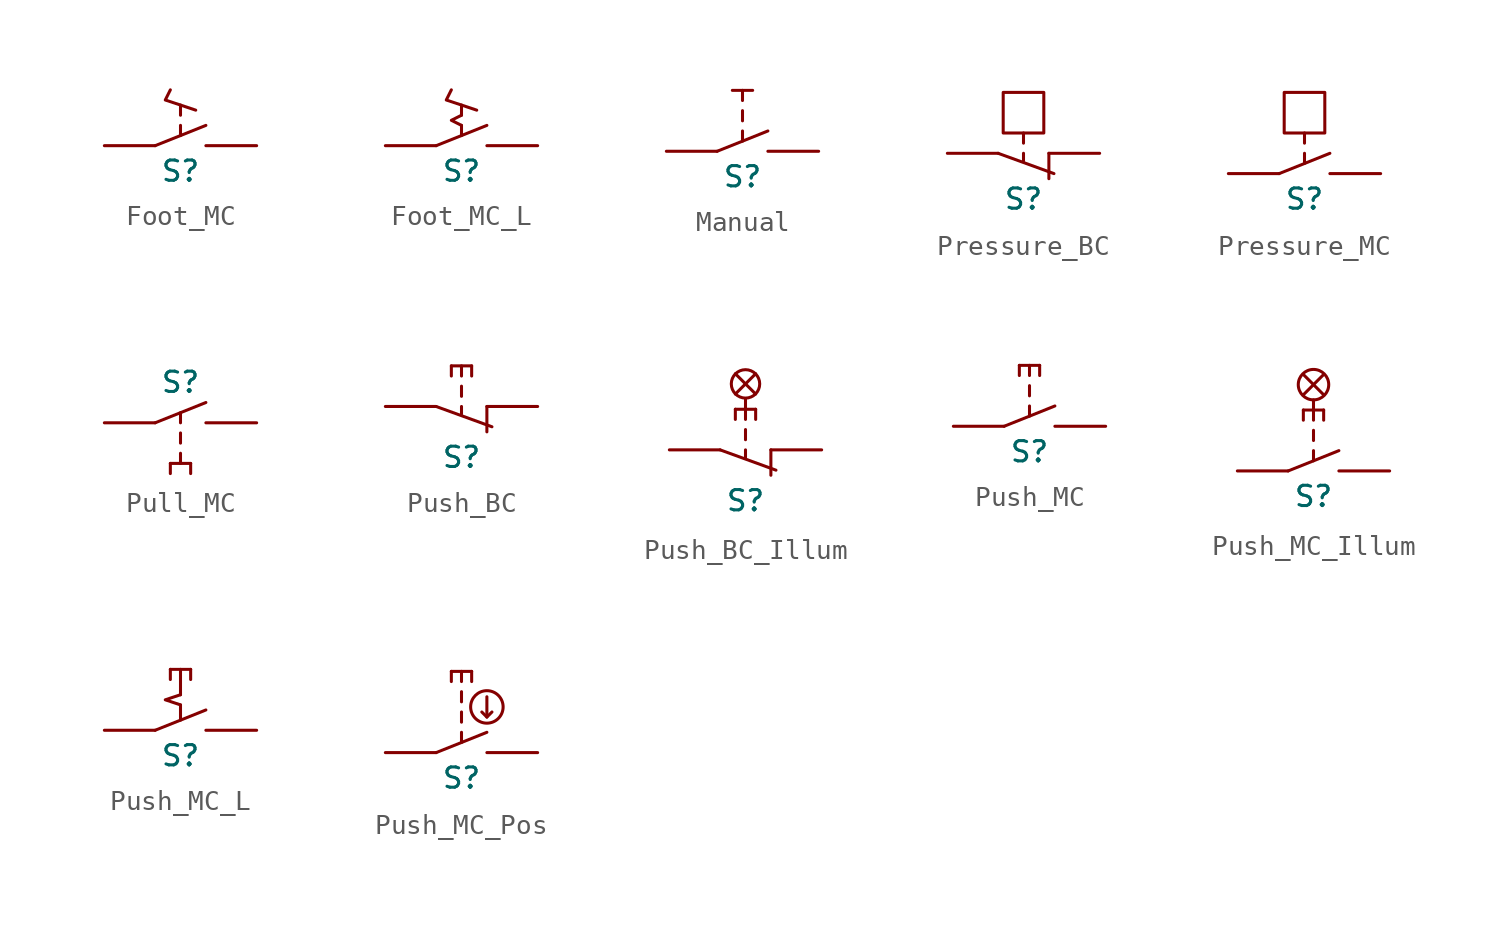
<source format=kicad_sym>
(kicad_symbol_lib
  (version 20211014)
  (generator kicad_symbol_editor)
  (symbol "Foot_MC"
    (pin_numbers hide)
    (pin_names
      (offset 1.016) hide)
    (property "Reference" "S"
      (at 0 -1.27 0)
      (effects (font (size 1.016 1.016))))
    (property "Footprint" ""
      (at 0 0 0)
      (effects (font (size 1.524 1.524))))
    (property "Datasheet" ""
      (at 0 0 0)
      (effects (font (size 1.524 1.524))))
    (symbol "Foot_MC_0_1"
      (polyline (pts (xy 0 1.016) (xy 0 0.508)) (stroke (width 0) (type default) (color 0 0 0 0)) (fill (type none)))
      (polyline (pts (xy 0 2.032) (xy 0 1.524)) (stroke (width 0) (type default) (color 0 0 0 0)) (fill (type none)))
      (polyline (pts (xy 1.27 1.016) (xy -1.27 0)) (stroke (width 0) (type default) (color 0 0 0 0)) (fill (type none)))
      (polyline (pts (xy 0.762 1.778) (xy -0.762 2.286) (xy -0.508 2.794)) (stroke (width 0) (type default) (color 0 0 0 0)) (fill (type none))))
    (symbol "Foot_MC_1_1"
      (pin passive line (at -3.81 0 0) (length 2.54) (name "~" (effects (font (size 0.635 0.635)))) (number "1" (effects (font (size 0.635 0.635)))))
      (pin passive line (at 3.81 0 180) (length 2.54) (name "~" (effects (font (size 0.635 0.635)))) (number "2" (effects (font (size 0.635 0.635)))))))
  (symbol "Foot_MC_L"
    (pin_numbers hide)
    (pin_names
      (offset 1.016) hide)
    (property "Reference" "S"
      (at 0 -1.27 0)
      (effects (font (size 1.016 1.016))))
    (property "Footprint" ""
      (at 0 0 0)
      (effects (font (size 1.524 1.524))))
    (property "Datasheet" ""
      (at 0 0 0)
      (effects (font (size 1.524 1.524))))
    (symbol "Foot_MC_L_0_1"
      (polyline (pts (xy 0 1.016) (xy 0 0.508)) (stroke (width 0) (type default) (color 0 0 0 0)) (fill (type none)))
      (polyline (pts (xy 0 2.032) (xy 0 1.524)) (stroke (width 0) (type default) (color 0 0 0 0)) (fill (type none)))
      (polyline (pts (xy 1.27 1.016) (xy -1.27 0)) (stroke (width 0) (type default) (color 0 0 0 0)) (fill (type none)))
      (polyline (pts (xy 0 1.524) (xy -0.508 1.27) (xy 0 1.016)) (stroke (width 0) (type default) (color 0 0 0 0)) (fill (type none)))
      (polyline (pts (xy 0.762 1.778) (xy -0.762 2.286) (xy -0.508 2.794)) (stroke (width 0) (type default) (color 0 0 0 0)) (fill (type none))))
    (symbol "Foot_MC_L_1_1"
      (pin passive line (at -3.81 0 0) (length 2.54) (name "~" (effects (font (size 0.635 0.635)))) (number "1" (effects (font (size 0.635 0.635)))))
      (pin passive line (at 3.81 0 180) (length 2.54) (name "~" (effects (font (size 0.635 0.635)))) (number "2" (effects (font (size 0.635 0.635)))))))
  (symbol "Manual"
    (pin_numbers hide)
    (pin_names
      (offset 1.016) hide)
    (property "Reference" "S"
      (at 0 -1.27 0)
      (effects (font (size 1.016 1.016))))
    (property "Footprint" ""
      (at 0 0 0)
      (effects (font (size 1.524 1.524))))
    (property "Datasheet" ""
      (at 0 0 0)
      (effects (font (size 1.524 1.524))))
    (symbol "Manual_0_1"
      (polyline (pts (xy -0.508 3.048) (xy 0.508 3.048)) (stroke (width 0) (type default) (color 0 0 0 0)) (fill (type none)))
      (polyline (pts (xy 0 1.016) (xy 0 0.508)) (stroke (width 0) (type default) (color 0 0 0 0)) (fill (type none)))
      (polyline (pts (xy 0 2.032) (xy 0 1.524)) (stroke (width 0) (type default) (color 0 0 0 0)) (fill (type none)))
      (polyline (pts (xy 0 3.048) (xy 0 2.54)) (stroke (width 0) (type default) (color 0 0 0 0)) (fill (type none)))
      (polyline (pts (xy 1.27 1.016) (xy -1.27 0)) (stroke (width 0) (type default) (color 0 0 0 0)) (fill (type none))))
    (symbol "Manual_1_1"
      (pin passive line (at -3.81 0 0) (length 2.54) (name "~" (effects (font (size 0.635 0.635)))) (number "1" (effects (font (size 0.635 0.635)))))
      (pin passive line (at 3.81 0 180) (length 2.54) (name "~" (effects (font (size 0.635 0.635)))) (number "2" (effects (font (size 0.635 0.635)))))))
  (symbol "Pressure_BC"
    (pin_numbers hide)
    (pin_names
      (offset 1.016) hide)
    (property "Reference" "S"
      (at 0 -2.286 0)
      (effects (font (size 1.016 1.016))))
    (property "Footprint" ""
      (at 0 0 0)
      (effects (font (size 1.524 1.524))))
    (property "Datasheet" ""
      (at 0 0 0)
      (effects (font (size 1.524 1.524))))
    (symbol "Pressure_BC_0_1"
      (rectangle (start -1.016 1.016) (end 1.016 3.048) (stroke (width 0) (type default) (color 0 0 0 0)) (fill (type none)))
      (polyline (pts (xy -1.27 0) (xy 1.524 -1.016)) (stroke (width 0) (type default) (color 0 0 0 0)) (fill (type none)))
      (polyline (pts (xy 0 -0.381) (xy 0 0)) (stroke (width 0) (type default) (color 0 0 0 0)) (fill (type none)))
      (polyline (pts (xy 0 0.508) (xy 0 1.016)) (stroke (width 0) (type default) (color 0 0 0 0)) (fill (type none)))
      (polyline (pts (xy 1.27 -1.27) (xy 1.27 0)) (stroke (width 0) (type default) (color 0 0 0 0)) (fill (type none))))
    (symbol "Pressure_BC_1_1"
      (pin passive line (at -3.81 0 0) (length 2.54) (name "~" (effects (font (size 0.635 0.635)))) (number "1" (effects (font (size 0.635 0.635)))))
      (pin passive line (at 3.81 0 180) (length 2.54) (name "~" (effects (font (size 0.635 0.635)))) (number "2" (effects (font (size 0.635 0.635)))))))
  (symbol "Pressure_MC"
    (pin_numbers hide)
    (pin_names
      (offset 1.016) hide)
    (property "Reference" "S"
      (at 0 -1.27 0)
      (effects (font (size 1.016 1.016))))
    (property "Footprint" ""
      (at 0 0 0)
      (effects (font (size 1.524 1.524))))
    (property "Datasheet" ""
      (at 0 0 0)
      (effects (font (size 1.524 1.524))))
    (symbol "Pressure_MC_0_1"
      (rectangle (start -1.016 2.032) (end 1.016 4.064) (stroke (width 0) (type default) (color 0 0 0 0)) (fill (type none)))
      (polyline (pts (xy 0 1.016) (xy 0 0.508)) (stroke (width 0) (type default) (color 0 0 0 0)) (fill (type none)))
      (polyline (pts (xy 0 2.032) (xy 0 1.524)) (stroke (width 0) (type default) (color 0 0 0 0)) (fill (type none)))
      (polyline (pts (xy 1.27 1.016) (xy -1.27 0)) (stroke (width 0) (type default) (color 0 0 0 0)) (fill (type none))))
    (symbol "Pressure_MC_1_1"
      (pin passive line (at -3.81 0 0) (length 2.54) (name "~" (effects (font (size 0.635 0.635)))) (number "1" (effects (font (size 0.635 0.635)))))
      (pin passive line (at 3.81 0 180) (length 2.54) (name "~" (effects (font (size 0.635 0.635)))) (number "2" (effects (font (size 0.635 0.635)))))))
  (symbol "Pull_MC"
    (pin_numbers hide)
    (pin_names
      (offset 1.016) hide)
    (property "Reference" "S"
      (at 0 2.032 0)
      (effects (font (size 1.016 1.016))))
    (property "Footprint" ""
      (at 0 0 0)
      (effects (font (size 1.524 1.524))))
    (property "Datasheet" ""
      (at 0 0 0)
      (effects (font (size 1.524 1.524))))
    (symbol "Pull_MC_0_1"
      (polyline (pts (xy -0.508 -2.54) (xy -0.508 -2.032)) (stroke (width 0) (type default) (color 0 0 0 0)) (fill (type none)))
      (polyline (pts (xy -0.508 -2.032) (xy 0.508 -2.032)) (stroke (width 0) (type default) (color 0 0 0 0)) (fill (type none)))
      (polyline (pts (xy 0 -2.032) (xy 0 -1.524)) (stroke (width 0) (type default) (color 0 0 0 0)) (fill (type none)))
      (polyline (pts (xy 0 -1.016) (xy 0 -0.508)) (stroke (width 0) (type default) (color 0 0 0 0)) (fill (type none)))
      (polyline (pts (xy 0 0.508) (xy 0 0)) (stroke (width 0) (type default) (color 0 0 0 0)) (fill (type none)))
      (polyline (pts (xy 0.508 -2.54) (xy 0.508 -2.032)) (stroke (width 0) (type default) (color 0 0 0 0)) (fill (type none)))
      (polyline (pts (xy 1.27 1.016) (xy -1.27 0)) (stroke (width 0) (type default) (color 0 0 0 0)) (fill (type none))))
    (symbol "Pull_MC_1_1"
      (pin passive line (at -3.81 0 0) (length 2.54) (name "~" (effects (font (size 0.635 0.635)))) (number "1" (effects (font (size 0.635 0.635)))))
      (pin passive line (at 3.81 0 180) (length 2.54) (name "~" (effects (font (size 0.635 0.635)))) (number "2" (effects (font (size 0.635 0.635)))))))
  (symbol "Push_BC"
    (pin_numbers hide)
    (pin_names
      (offset 1.016) hide)
    (property "Reference" "S"
      (at 0 -2.54 0)
      (effects (font (size 1.016 1.016))))
    (property "Footprint" ""
      (at 0 0 0)
      (effects (font (size 1.524 1.524))))
    (property "Datasheet" ""
      (at 0 0 0)
      (effects (font (size 1.524 1.524))))
    (symbol "Push_BC_0_1"
      (polyline (pts (xy -0.508 1.524) (xy -0.508 2.032)) (stroke (width 0) (type default) (color 0 0 0 0)) (fill (type none)))
      (polyline (pts (xy -0.508 2.032) (xy 0.508 2.032)) (stroke (width 0) (type default) (color 0 0 0 0)) (fill (type none)))
      (polyline (pts (xy 0 0) (xy 0 -0.381)) (stroke (width 0) (type default) (color 0 0 0 0)) (fill (type none)))
      (polyline (pts (xy 0 1.016) (xy 0 0.508)) (stroke (width 0) (type default) (color 0 0 0 0)) (fill (type none)))
      (polyline (pts (xy 0 2.032) (xy 0 1.524)) (stroke (width 0) (type default) (color 0 0 0 0)) (fill (type none)))
      (polyline (pts (xy 0.508 1.524) (xy 0.508 2.032)) (stroke (width 0) (type default) (color 0 0 0 0)) (fill (type none)))
      (polyline (pts (xy 1.27 0) (xy 1.27 -1.27)) (stroke (width 0) (type default) (color 0 0 0 0)) (fill (type none)))
      (polyline (pts (xy 1.524 -1.016) (xy -1.27 0)) (stroke (width 0) (type default) (color 0 0 0 0)) (fill (type none))))
    (symbol "Push_BC_1_1"
      (pin passive line (at -3.81 0 0) (length 2.54) (name "~" (effects (font (size 0.635 0.635)))) (number "1" (effects (font (size 0.635 0.635)))))
      (pin passive line (at 3.81 0 180) (length 2.54) (name "~" (effects (font (size 0.635 0.635)))) (number "2" (effects (font (size 0.635 0.635)))))))
  (symbol "Push_BC_Illum"
    (pin_numbers hide)
    (pin_names
      (offset 1.016) hide)
    (property "Reference" "S"
      (at 0 -2.54 0)
      (effects (font (size 1.016 1.016))))
    (property "Footprint" ""
      (at 0 0 0)
      (effects (font (size 1.524 1.524))))
    (property "Datasheet" ""
      (at 0 0 0)
      (effects (font (size 1.524 1.524))))
    (symbol "Push_BC_Illum_0_1"
      (polyline (pts (xy -0.508 1.524) (xy -0.508 2.032)) (stroke (width 0) (type default) (color 0 0 0 0)) (fill (type none)))
      (polyline (pts (xy -0.508 2.032) (xy 0.508 2.032)) (stroke (width 0) (type default) (color 0 0 0 0)) (fill (type none)))
      (polyline (pts (xy -0.508 3.81) (xy 0.508 2.794)) (stroke (width 0) (type default) (color 0 0 0 0)) (fill (type none)))
      (polyline (pts (xy 0 0) (xy 0 -0.381)) (stroke (width 0) (type default) (color 0 0 0 0)) (fill (type none)))
      (polyline (pts (xy 0 1.016) (xy 0 0.508)) (stroke (width 0) (type default) (color 0 0 0 0)) (fill (type none)))
      (polyline (pts (xy 0 2.032) (xy 0 1.524)) (stroke (width 0) (type default) (color 0 0 0 0)) (fill (type none)))
      (polyline (pts (xy 0 2.54) (xy 0 2.032)) (stroke (width 0) (type default) (color 0 0 0 0)) (fill (type none)))
      (polyline (pts (xy 0.508 1.524) (xy 0.508 2.032)) (stroke (width 0) (type default) (color 0 0 0 0)) (fill (type none)))
      (polyline (pts (xy 0.508 3.81) (xy -0.508 2.794)) (stroke (width 0) (type default) (color 0 0 0 0)) (fill (type none)))
      (polyline (pts (xy 1.27 0) (xy 1.27 -1.27)) (stroke (width 0) (type default) (color 0 0 0 0)) (fill (type none)))
      (polyline (pts (xy 1.524 -1.016) (xy -1.27 0)) (stroke (width 0) (type default) (color 0 0 0 0)) (fill (type none)))
      (circle (center 0 3.302) (radius 0.711) (stroke (width 0) (type default) (color 0 0 0 0)) (fill (type none))))
    (symbol "Push_BC_Illum_1_1"
      (pin passive line (at -3.81 0 0) (length 2.54) (name "~" (effects (font (size 0.635 0.635)))) (number "1" (effects (font (size 0.635 0.635)))))
      (pin passive line (at 3.81 0 180) (length 2.54) (name "~" (effects (font (size 0.635 0.635)))) (number "2" (effects (font (size 0.635 0.635)))))))
  (symbol "Push_MC"
    (pin_numbers hide)
    (pin_names
      (offset 1.016) hide)
    (property "Reference" "S"
      (at 0 -1.27 0)
      (effects (font (size 1.016 1.016))))
    (property "Footprint" ""
      (at 0 0 0)
      (effects (font (size 1.524 1.524))))
    (property "Datasheet" ""
      (at 0 0 0)
      (effects (font (size 1.524 1.524))))
    (symbol "Push_MC_0_1"
      (polyline (pts (xy -0.508 2.54) (xy -0.508 3.048)) (stroke (width 0) (type default) (color 0 0 0 0)) (fill (type none)))
      (polyline (pts (xy -0.508 3.048) (xy 0.508 3.048)) (stroke (width 0) (type default) (color 0 0 0 0)) (fill (type none)))
      (polyline (pts (xy 0 1.016) (xy 0 0.508)) (stroke (width 0) (type default) (color 0 0 0 0)) (fill (type none)))
      (polyline (pts (xy 0 2.032) (xy 0 1.524)) (stroke (width 0) (type default) (color 0 0 0 0)) (fill (type none)))
      (polyline (pts (xy 0 3.048) (xy 0 2.54)) (stroke (width 0) (type default) (color 0 0 0 0)) (fill (type none)))
      (polyline (pts (xy 0.508 2.54) (xy 0.508 3.048)) (stroke (width 0) (type default) (color 0 0 0 0)) (fill (type none)))
      (polyline (pts (xy 1.27 1.016) (xy -1.27 0)) (stroke (width 0) (type default) (color 0 0 0 0)) (fill (type none))))
    (symbol "Push_MC_1_1"
      (pin passive line (at -3.81 0 0) (length 2.54) (name "~" (effects (font (size 0.635 0.635)))) (number "1" (effects (font (size 0.635 0.635)))))
      (pin passive line (at 3.81 0 180) (length 2.54) (name "~" (effects (font (size 0.635 0.635)))) (number "2" (effects (font (size 0.635 0.635)))))))
  (symbol "Push_MC_Illum"
    (pin_numbers hide)
    (pin_names
      (offset 1.016) hide)
    (property "Reference" "S"
      (at 0 -1.27 0)
      (effects (font (size 1.016 1.016))))
    (property "Footprint" ""
      (at 0 0 0)
      (effects (font (size 1.524 1.524))))
    (property "Datasheet" ""
      (at 0 0 0)
      (effects (font (size 1.524 1.524))))
    (symbol "Push_MC_Illum_0_1"
      (polyline (pts (xy -0.508 2.54) (xy -0.508 3.048)) (stroke (width 0) (type default) (color 0 0 0 0)) (fill (type none)))
      (polyline (pts (xy -0.508 3.048) (xy 0.508 3.048)) (stroke (width 0) (type default) (color 0 0 0 0)) (fill (type none)))
      (polyline (pts (xy -0.508 3.81) (xy 0.508 4.826)) (stroke (width 0) (type default) (color 0 0 0 0)) (fill (type none)))
      (polyline (pts (xy -0.508 4.826) (xy 0.508 3.81)) (stroke (width 0) (type default) (color 0 0 0 0)) (fill (type none)))
      (polyline (pts (xy 0 1.016) (xy 0 0.508)) (stroke (width 0) (type default) (color 0 0 0 0)) (fill (type none)))
      (polyline (pts (xy 0 2.032) (xy 0 1.524)) (stroke (width 0) (type default) (color 0 0 0 0)) (fill (type none)))
      (polyline (pts (xy 0 3.048) (xy 0 2.54)) (stroke (width 0) (type default) (color 0 0 0 0)) (fill (type none)))
      (polyline (pts (xy 0 3.556) (xy 0 3.048)) (stroke (width 0) (type default) (color 0 0 0 0)) (fill (type none)))
      (polyline (pts (xy 0.508 2.54) (xy 0.508 3.048)) (stroke (width 0) (type default) (color 0 0 0 0)) (fill (type none)))
      (polyline (pts (xy 1.27 1.016) (xy -1.27 0)) (stroke (width 0) (type default) (color 0 0 0 0)) (fill (type none)))
      (circle (center 0 4.318) (radius 0.762) (stroke (width 0) (type default) (color 0 0 0 0)) (fill (type none))))
    (symbol "Push_MC_Illum_1_1"
      (pin passive line (at -3.81 0 0) (length 2.54) (name "~" (effects (font (size 0.635 0.635)))) (number "1" (effects (font (size 0.635 0.635)))))
      (pin passive line (at 3.81 0 180) (length 2.54) (name "~" (effects (font (size 0.635 0.635)))) (number "2" (effects (font (size 0.635 0.635)))))))
  (symbol "Push_MC_L"
    (pin_numbers hide)
    (pin_names
      (offset 1.016) hide)
    (property "Reference" "S"
      (at 0 -1.27 0)
      (effects (font (size 1.016 1.016))))
    (property "Footprint" ""
      (at 0 0 0)
      (effects (font (size 1.524 1.524))))
    (property "Datasheet" ""
      (at 0 0 0)
      (effects (font (size 1.524 1.524))))
    (symbol "Push_MC_L_0_1"
      (polyline (pts (xy -0.508 2.54) (xy -0.508 3.048)) (stroke (width 0) (type default) (color 0 0 0 0)) (fill (type none)))
      (polyline (pts (xy -0.508 3.048) (xy 0.508 3.048)) (stroke (width 0) (type default) (color 0 0 0 0)) (fill (type none)))
      (polyline (pts (xy 0 1.27) (xy 0 0.508)) (stroke (width 0) (type default) (color 0 0 0 0)) (fill (type none)))
      (polyline (pts (xy 0 2.54) (xy 0 1.778)) (stroke (width 0) (type default) (color 0 0 0 0)) (fill (type none)))
      (polyline (pts (xy 0 3.048) (xy 0 2.54)) (stroke (width 0) (type default) (color 0 0 0 0)) (fill (type none)))
      (polyline (pts (xy 0.508 2.54) (xy 0.508 3.048)) (stroke (width 0) (type default) (color 0 0 0 0)) (fill (type none)))
      (polyline (pts (xy 1.27 1.016) (xy -1.27 0)) (stroke (width 0) (type default) (color 0 0 0 0)) (fill (type none)))
      (polyline (pts (xy 0 1.778) (xy -0.762 1.524) (xy 0 1.27)) (stroke (width 0) (type default) (color 0 0 0 0)) (fill (type none))))
    (symbol "Push_MC_L_1_1"
      (pin passive line (at -3.81 0 0) (length 2.54) (name "~" (effects (font (size 0.635 0.635)))) (number "1" (effects (font (size 0.635 0.635)))))
      (pin passive line (at 3.81 0 180) (length 2.54) (name "~" (effects (font (size 0.635 0.635)))) (number "2" (effects (font (size 0.635 0.635)))))))
  (symbol "Push_MC_Pos"
    (pin_numbers hide)
    (pin_names
      (offset 1.016) hide)
    (property "Reference" "S"
      (at 0 -1.27 0)
      (effects (font (size 1.016 1.016))))
    (property "Footprint" ""
      (at 0 0 0)
      (effects (font (size 1.524 1.524))))
    (property "Datasheet" ""
      (at 0 0 0)
      (effects (font (size 1.524 1.524))))
    (symbol "Push_MC_Pos_0_1"
      (polyline (pts (xy -0.508 3.556) (xy -0.508 4.064)) (stroke (width 0) (type default) (color 0 0 0 0)) (fill (type none)))
      (polyline (pts (xy -0.508 4.064) (xy 0.508 4.064)) (stroke (width 0) (type default) (color 0 0 0 0)) (fill (type none)))
      (polyline (pts (xy 0 1.016) (xy 0 0.508)) (stroke (width 0) (type default) (color 0 0 0 0)) (fill (type none)))
      (polyline (pts (xy 0 2.032) (xy 0 1.524)) (stroke (width 0) (type default) (color 0 0 0 0)) (fill (type none)))
      (polyline (pts (xy 0 3.048) (xy 0 2.54)) (stroke (width 0) (type default) (color 0 0 0 0)) (fill (type none)))
      (polyline (pts (xy 0 4.064) (xy 0 3.556)) (stroke (width 0) (type default) (color 0 0 0 0)) (fill (type none)))
      (polyline (pts (xy 0.508 3.556) (xy 0.508 4.064)) (stroke (width 0) (type default) (color 0 0 0 0)) (fill (type none)))
      (polyline (pts (xy 1.27 1.016) (xy -1.27 0)) (stroke (width 0) (type default) (color 0 0 0 0)) (fill (type none)))
      (polyline (pts (xy 1.27 2.794) (xy 1.27 1.778)) (stroke (width 0) (type default) (color 0 0 0 0)) (fill (type none)))
      (polyline (pts (xy 1.016 2.032) (xy 1.27 1.778) (xy 1.524 2.032)) (stroke (width 0) (type default) (color 0 0 0 0)) (fill (type none)))
      (circle (center 1.27 2.286) (radius 0.813) (stroke (width 0) (type default) (color 0 0 0 0)) (fill (type none))))
    (symbol "Push_MC_Pos_1_1"
      (pin passive line (at -3.81 0 0) (length 2.54) (name "~" (effects (font (size 0.635 0.635)))) (number "1" (effects (font (size 0.635 0.635)))))
      (pin passive line (at 3.81 0 180) (length 2.54) (name "~" (effects (font (size 0.635 0.635)))) (number "2" (effects (font (size 0.635 0.635))))))))
</source>
